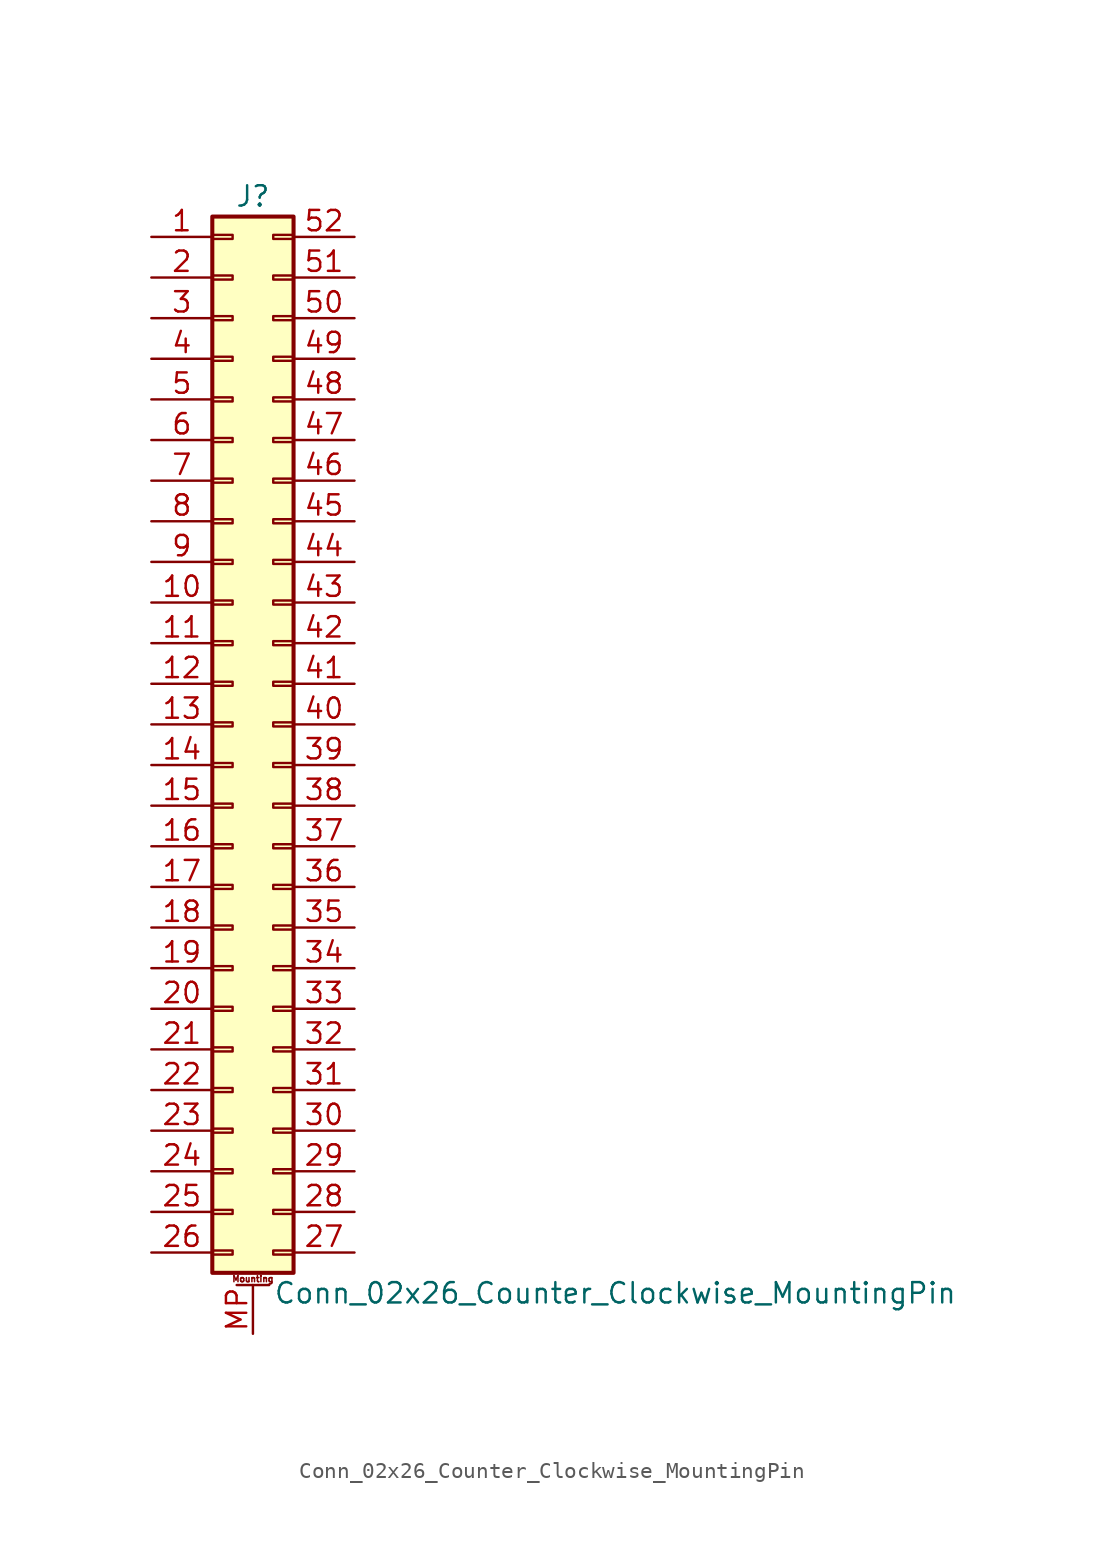
<source format=kicad_sym>
(kicad_symbol_lib
  (version 20220914)
  (generator kicad_symbol_editor)
  (symbol "Conn_02x26_Counter_Clockwise_MountingPin"
    (pin_names
      (offset 1.016) hide)
    (property "Reference" "J"
      (at 1.27 33.02 0)
      (effects (font (size 1.27 1.27))))
    (property "Value" "Conn_02x26_Counter_Clockwise_MountingPin"
      (at 2.54 -35.56 0)
      (effects (font (size 1.27 1.27)) (justify left)))
    (symbol "Conn_02x26_Counter_Clockwise_MountingPin_1_1"
      (rectangle (start -1.27 -32.893) (end 0 -33.147) (stroke (width 0.152) (type default)) (fill (type none)))
      (rectangle (start -1.27 -30.353) (end 0 -30.607) (stroke (width 0.152) (type default)) (fill (type none)))
      (rectangle (start -1.27 -27.813) (end 0 -28.067) (stroke (width 0.152) (type default)) (fill (type none)))
      (rectangle (start -1.27 -25.273) (end 0 -25.527) (stroke (width 0.152) (type default)) (fill (type none)))
      (rectangle (start -1.27 -22.733) (end 0 -22.987) (stroke (width 0.152) (type default)) (fill (type none)))
      (rectangle (start -1.27 -20.193) (end 0 -20.447) (stroke (width 0.152) (type default)) (fill (type none)))
      (rectangle (start -1.27 -17.653) (end 0 -17.907) (stroke (width 0.152) (type default)) (fill (type none)))
      (rectangle (start -1.27 -15.113) (end 0 -15.367) (stroke (width 0.152) (type default)) (fill (type none)))
      (rectangle (start -1.27 -12.573) (end 0 -12.827) (stroke (width 0.152) (type default)) (fill (type none)))
      (rectangle (start -1.27 -10.033) (end 0 -10.287) (stroke (width 0.152) (type default)) (fill (type none)))
      (rectangle (start -1.27 -7.493) (end 0 -7.747) (stroke (width 0.152) (type default)) (fill (type none)))
      (rectangle (start -1.27 -4.953) (end 0 -5.207) (stroke (width 0.152) (type default)) (fill (type none)))
      (rectangle (start -1.27 -2.413) (end 0 -2.667) (stroke (width 0.152) (type default)) (fill (type none)))
      (rectangle (start -1.27 0.127) (end 0 -0.127) (stroke (width 0.152) (type default)) (fill (type none)))
      (rectangle (start -1.27 2.667) (end 0 2.413) (stroke (width 0.152) (type default)) (fill (type none)))
      (rectangle (start -1.27 5.207) (end 0 4.953) (stroke (width 0.152) (type default)) (fill (type none)))
      (rectangle (start -1.27 7.747) (end 0 7.493) (stroke (width 0.152) (type default)) (fill (type none)))
      (rectangle (start -1.27 10.287) (end 0 10.033) (stroke (width 0.152) (type default)) (fill (type none)))
      (rectangle (start -1.27 12.827) (end 0 12.573) (stroke (width 0.152) (type default)) (fill (type none)))
      (rectangle (start -1.27 15.367) (end 0 15.113) (stroke (width 0.152) (type default)) (fill (type none)))
      (rectangle (start -1.27 17.907) (end 0 17.653) (stroke (width 0.152) (type default)) (fill (type none)))
      (rectangle (start -1.27 20.447) (end 0 20.193) (stroke (width 0.152) (type default)) (fill (type none)))
      (rectangle (start -1.27 22.987) (end 0 22.733) (stroke (width 0.152) (type default)) (fill (type none)))
      (rectangle (start -1.27 25.527) (end 0 25.273) (stroke (width 0.152) (type default)) (fill (type none)))
      (rectangle (start -1.27 28.067) (end 0 27.813) (stroke (width 0.152) (type default)) (fill (type none)))
      (rectangle (start -1.27 30.607) (end 0 30.353) (stroke (width 0.152) (type default)) (fill (type none)))
      (rectangle (start -1.27 31.75) (end 3.81 -34.29) (stroke (width 0.254) (type default)) (fill (type background)))
      (polyline (pts (xy 0.254 -35.052) (xy 2.286 -35.052)) (stroke (width 0.152) (type default)) (fill (type none)))
      (rectangle (start 3.81 -32.893) (end 2.54 -33.147) (stroke (width 0.152) (type default)) (fill (type none)))
      (rectangle (start 3.81 -30.353) (end 2.54 -30.607) (stroke (width 0.152) (type default)) (fill (type none)))
      (rectangle (start 3.81 -27.813) (end 2.54 -28.067) (stroke (width 0.152) (type default)) (fill (type none)))
      (rectangle (start 3.81 -25.273) (end 2.54 -25.527) (stroke (width 0.152) (type default)) (fill (type none)))
      (rectangle (start 3.81 -22.733) (end 2.54 -22.987) (stroke (width 0.152) (type default)) (fill (type none)))
      (rectangle (start 3.81 -20.193) (end 2.54 -20.447) (stroke (width 0.152) (type default)) (fill (type none)))
      (rectangle (start 3.81 -17.653) (end 2.54 -17.907) (stroke (width 0.152) (type default)) (fill (type none)))
      (rectangle (start 3.81 -15.113) (end 2.54 -15.367) (stroke (width 0.152) (type default)) (fill (type none)))
      (rectangle (start 3.81 -12.573) (end 2.54 -12.827) (stroke (width 0.152) (type default)) (fill (type none)))
      (rectangle (start 3.81 -10.033) (end 2.54 -10.287) (stroke (width 0.152) (type default)) (fill (type none)))
      (rectangle (start 3.81 -7.493) (end 2.54 -7.747) (stroke (width 0.152) (type default)) (fill (type none)))
      (rectangle (start 3.81 -4.953) (end 2.54 -5.207) (stroke (width 0.152) (type default)) (fill (type none)))
      (rectangle (start 3.81 -2.413) (end 2.54 -2.667) (stroke (width 0.152) (type default)) (fill (type none)))
      (rectangle (start 3.81 0.127) (end 2.54 -0.127) (stroke (width 0.152) (type default)) (fill (type none)))
      (rectangle (start 3.81 2.667) (end 2.54 2.413) (stroke (width 0.152) (type default)) (fill (type none)))
      (rectangle (start 3.81 5.207) (end 2.54 4.953) (stroke (width 0.152) (type default)) (fill (type none)))
      (rectangle (start 3.81 7.747) (end 2.54 7.493) (stroke (width 0.152) (type default)) (fill (type none)))
      (rectangle (start 3.81 10.287) (end 2.54 10.033) (stroke (width 0.152) (type default)) (fill (type none)))
      (rectangle (start 3.81 12.827) (end 2.54 12.573) (stroke (width 0.152) (type default)) (fill (type none)))
      (rectangle (start 3.81 15.367) (end 2.54 15.113) (stroke (width 0.152) (type default)) (fill (type none)))
      (rectangle (start 3.81 17.907) (end 2.54 17.653) (stroke (width 0.152) (type default)) (fill (type none)))
      (rectangle (start 3.81 20.447) (end 2.54 20.193) (stroke (width 0.152) (type default)) (fill (type none)))
      (rectangle (start 3.81 22.987) (end 2.54 22.733) (stroke (width 0.152) (type default)) (fill (type none)))
      (rectangle (start 3.81 25.527) (end 2.54 25.273) (stroke (width 0.152) (type default)) (fill (type none)))
      (rectangle (start 3.81 28.067) (end 2.54 27.813) (stroke (width 0.152) (type default)) (fill (type none)))
      (rectangle (start 3.81 30.607) (end 2.54 30.353) (stroke (width 0.152) (type default)) (fill (type none)))
      (text "Mounting" (at 1.27 -34.671 0) (effects (font (size 0.381 0.381))))
      (pin passive line (at -5.08 30.48 0) (length 3.81) (name "Pin_1" (effects (font (size 1.27 1.27)))) (number "1" (effects (font (size 1.27 1.27)))))
      (pin passive line (at -5.08 7.62 0) (length 3.81) (name "Pin_10" (effects (font (size 1.27 1.27)))) (number "10" (effects (font (size 1.27 1.27)))))
      (pin passive line (at -5.08 5.08 0) (length 3.81) (name "Pin_11" (effects (font (size 1.27 1.27)))) (number "11" (effects (font (size 1.27 1.27)))))
      (pin passive line (at -5.08 2.54 0) (length 3.81) (name "Pin_12" (effects (font (size 1.27 1.27)))) (number "12" (effects (font (size 1.27 1.27)))))
      (pin passive line (at -5.08 0 0) (length 3.81) (name "Pin_13" (effects (font (size 1.27 1.27)))) (number "13" (effects (font (size 1.27 1.27)))))
      (pin passive line (at -5.08 -2.54 0) (length 3.81) (name "Pin_14" (effects (font (size 1.27 1.27)))) (number "14" (effects (font (size 1.27 1.27)))))
      (pin passive line (at -5.08 -5.08 0) (length 3.81) (name "Pin_15" (effects (font (size 1.27 1.27)))) (number "15" (effects (font (size 1.27 1.27)))))
      (pin passive line (at -5.08 -7.62 0) (length 3.81) (name "Pin_16" (effects (font (size 1.27 1.27)))) (number "16" (effects (font (size 1.27 1.27)))))
      (pin passive line (at -5.08 -10.16 0) (length 3.81) (name "Pin_17" (effects (font (size 1.27 1.27)))) (number "17" (effects (font (size 1.27 1.27)))))
      (pin passive line (at -5.08 -12.7 0) (length 3.81) (name "Pin_18" (effects (font (size 1.27 1.27)))) (number "18" (effects (font (size 1.27 1.27)))))
      (pin passive line (at -5.08 -15.24 0) (length 3.81) (name "Pin_19" (effects (font (size 1.27 1.27)))) (number "19" (effects (font (size 1.27 1.27)))))
      (pin passive line (at -5.08 27.94 0) (length 3.81) (name "Pin_2" (effects (font (size 1.27 1.27)))) (number "2" (effects (font (size 1.27 1.27)))))
      (pin passive line (at -5.08 -17.78 0) (length 3.81) (name "Pin_20" (effects (font (size 1.27 1.27)))) (number "20" (effects (font (size 1.27 1.27)))))
      (pin passive line (at -5.08 -20.32 0) (length 3.81) (name "Pin_21" (effects (font (size 1.27 1.27)))) (number "21" (effects (font (size 1.27 1.27)))))
      (pin passive line (at -5.08 -22.86 0) (length 3.81) (name "Pin_22" (effects (font (size 1.27 1.27)))) (number "22" (effects (font (size 1.27 1.27)))))
      (pin passive line (at -5.08 -25.4 0) (length 3.81) (name "Pin_23" (effects (font (size 1.27 1.27)))) (number "23" (effects (font (size 1.27 1.27)))))
      (pin passive line (at -5.08 -27.94 0) (length 3.81) (name "Pin_24" (effects (font (size 1.27 1.27)))) (number "24" (effects (font (size 1.27 1.27)))))
      (pin passive line (at -5.08 -30.48 0) (length 3.81) (name "Pin_25" (effects (font (size 1.27 1.27)))) (number "25" (effects (font (size 1.27 1.27)))))
      (pin passive line (at -5.08 -33.02 0) (length 3.81) (name "Pin_26" (effects (font (size 1.27 1.27)))) (number "26" (effects (font (size 1.27 1.27)))))
      (pin passive line (at 7.62 -33.02 180) (length 3.81) (name "Pin_27" (effects (font (size 1.27 1.27)))) (number "27" (effects (font (size 1.27 1.27)))))
      (pin passive line (at 7.62 -30.48 180) (length 3.81) (name "Pin_28" (effects (font (size 1.27 1.27)))) (number "28" (effects (font (size 1.27 1.27)))))
      (pin passive line (at 7.62 -27.94 180) (length 3.81) (name "Pin_29" (effects (font (size 1.27 1.27)))) (number "29" (effects (font (size 1.27 1.27)))))
      (pin passive line (at -5.08 25.4 0) (length 3.81) (name "Pin_3" (effects (font (size 1.27 1.27)))) (number "3" (effects (font (size 1.27 1.27)))))
      (pin passive line (at 7.62 -25.4 180) (length 3.81) (name "Pin_30" (effects (font (size 1.27 1.27)))) (number "30" (effects (font (size 1.27 1.27)))))
      (pin passive line (at 7.62 -22.86 180) (length 3.81) (name "Pin_31" (effects (font (size 1.27 1.27)))) (number "31" (effects (font (size 1.27 1.27)))))
      (pin passive line (at 7.62 -20.32 180) (length 3.81) (name "Pin_32" (effects (font (size 1.27 1.27)))) (number "32" (effects (font (size 1.27 1.27)))))
      (pin passive line (at 7.62 -17.78 180) (length 3.81) (name "Pin_33" (effects (font (size 1.27 1.27)))) (number "33" (effects (font (size 1.27 1.27)))))
      (pin passive line (at 7.62 -15.24 180) (length 3.81) (name "Pin_34" (effects (font (size 1.27 1.27)))) (number "34" (effects (font (size 1.27 1.27)))))
      (pin passive line (at 7.62 -12.7 180) (length 3.81) (name "Pin_35" (effects (font (size 1.27 1.27)))) (number "35" (effects (font (size 1.27 1.27)))))
      (pin passive line (at 7.62 -10.16 180) (length 3.81) (name "Pin_36" (effects (font (size 1.27 1.27)))) (number "36" (effects (font (size 1.27 1.27)))))
      (pin passive line (at 7.62 -7.62 180) (length 3.81) (name "Pin_37" (effects (font (size 1.27 1.27)))) (number "37" (effects (font (size 1.27 1.27)))))
      (pin passive line (at 7.62 -5.08 180) (length 3.81) (name "Pin_38" (effects (font (size 1.27 1.27)))) (number "38" (effects (font (size 1.27 1.27)))))
      (pin passive line (at 7.62 -2.54 180) (length 3.81) (name "Pin_39" (effects (font (size 1.27 1.27)))) (number "39" (effects (font (size 1.27 1.27)))))
      (pin passive line (at -5.08 22.86 0) (length 3.81) (name "Pin_4" (effects (font (size 1.27 1.27)))) (number "4" (effects (font (size 1.27 1.27)))))
      (pin passive line (at 7.62 0 180) (length 3.81) (name "Pin_40" (effects (font (size 1.27 1.27)))) (number "40" (effects (font (size 1.27 1.27)))))
      (pin passive line (at 7.62 2.54 180) (length 3.81) (name "Pin_41" (effects (font (size 1.27 1.27)))) (number "41" (effects (font (size 1.27 1.27)))))
      (pin passive line (at 7.62 5.08 180) (length 3.81) (name "Pin_42" (effects (font (size 1.27 1.27)))) (number "42" (effects (font (size 1.27 1.27)))))
      (pin passive line (at 7.62 7.62 180) (length 3.81) (name "Pin_43" (effects (font (size 1.27 1.27)))) (number "43" (effects (font (size 1.27 1.27)))))
      (pin passive line (at 7.62 10.16 180) (length 3.81) (name "Pin_44" (effects (font (size 1.27 1.27)))) (number "44" (effects (font (size 1.27 1.27)))))
      (pin passive line (at 7.62 12.7 180) (length 3.81) (name "Pin_45" (effects (font (size 1.27 1.27)))) (number "45" (effects (font (size 1.27 1.27)))))
      (pin passive line (at 7.62 15.24 180) (length 3.81) (name "Pin_46" (effects (font (size 1.27 1.27)))) (number "46" (effects (font (size 1.27 1.27)))))
      (pin passive line (at 7.62 17.78 180) (length 3.81) (name "Pin_47" (effects (font (size 1.27 1.27)))) (number "47" (effects (font (size 1.27 1.27)))))
      (pin passive line (at 7.62 20.32 180) (length 3.81) (name "Pin_48" (effects (font (size 1.27 1.27)))) (number "48" (effects (font (size 1.27 1.27)))))
      (pin passive line (at 7.62 22.86 180) (length 3.81) (name "Pin_49" (effects (font (size 1.27 1.27)))) (number "49" (effects (font (size 1.27 1.27)))))
      (pin passive line (at -5.08 20.32 0) (length 3.81) (name "Pin_5" (effects (font (size 1.27 1.27)))) (number "5" (effects (font (size 1.27 1.27)))))
      (pin passive line (at 7.62 25.4 180) (length 3.81) (name "Pin_50" (effects (font (size 1.27 1.27)))) (number "50" (effects (font (size 1.27 1.27)))))
      (pin passive line (at 7.62 27.94 180) (length 3.81) (name "Pin_51" (effects (font (size 1.27 1.27)))) (number "51" (effects (font (size 1.27 1.27)))))
      (pin passive line (at 7.62 30.48 180) (length 3.81) (name "Pin_52" (effects (font (size 1.27 1.27)))) (number "52" (effects (font (size 1.27 1.27)))))
      (pin passive line (at -5.08 17.78 0) (length 3.81) (name "Pin_6" (effects (font (size 1.27 1.27)))) (number "6" (effects (font (size 1.27 1.27)))))
      (pin passive line (at -5.08 15.24 0) (length 3.81) (name "Pin_7" (effects (font (size 1.27 1.27)))) (number "7" (effects (font (size 1.27 1.27)))))
      (pin passive line (at -5.08 12.7 0) (length 3.81) (name "Pin_8" (effects (font (size 1.27 1.27)))) (number "8" (effects (font (size 1.27 1.27)))))
      (pin passive line (at -5.08 10.16 0) (length 3.81) (name "Pin_9" (effects (font (size 1.27 1.27)))) (number "9" (effects (font (size 1.27 1.27)))))
      (pin passive line (at 1.27 -38.1 90) (length 3.048) (name "MountPin" (effects (font (size 1.27 1.27)))) (number "MP" (effects (font (size 1.27 1.27))))))))
</source>
